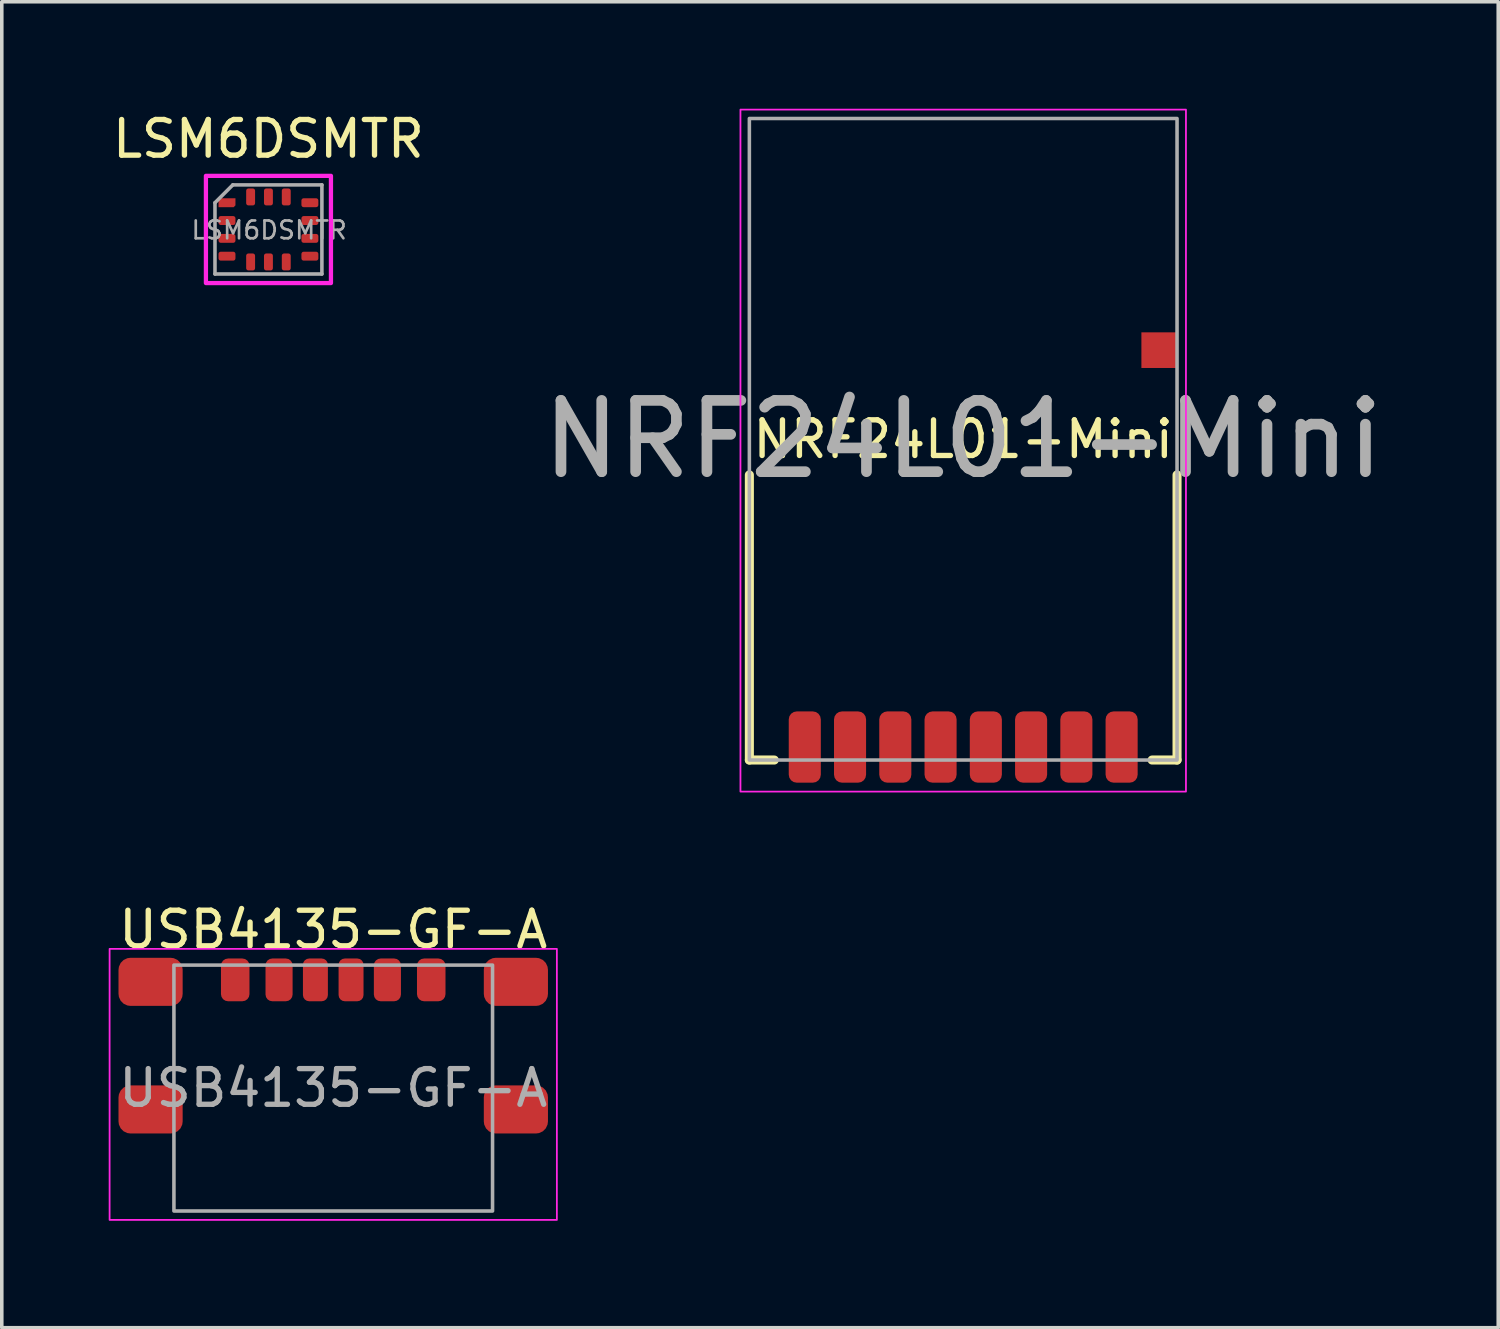
<source format=kicad_pcb>
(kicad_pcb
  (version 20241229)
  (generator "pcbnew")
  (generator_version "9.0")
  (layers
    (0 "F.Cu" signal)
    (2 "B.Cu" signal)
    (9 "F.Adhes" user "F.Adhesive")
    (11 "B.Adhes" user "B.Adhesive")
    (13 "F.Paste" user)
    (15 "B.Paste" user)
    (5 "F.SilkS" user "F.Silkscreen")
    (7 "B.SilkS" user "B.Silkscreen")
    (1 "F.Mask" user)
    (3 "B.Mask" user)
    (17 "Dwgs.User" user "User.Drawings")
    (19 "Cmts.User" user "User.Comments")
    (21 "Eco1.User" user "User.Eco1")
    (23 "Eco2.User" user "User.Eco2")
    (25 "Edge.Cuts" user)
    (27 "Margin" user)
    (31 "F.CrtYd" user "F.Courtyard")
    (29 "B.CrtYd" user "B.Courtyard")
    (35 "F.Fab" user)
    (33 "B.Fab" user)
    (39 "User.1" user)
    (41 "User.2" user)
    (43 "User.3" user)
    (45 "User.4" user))
  (footprint "USB4135-GF-A"
    (layer "F.Cu")
    (at 6.3 27.479)
    (property "Reference" "USB4135-GF-A" (at 0 -4.445 0) (unlocked yes) (layer "F.SilkS") (effects (font (size 1 1) (thickness 0.15))))
    (attr smd)
    (fp_rect (start -6.275 -3.905) (end 6.275 3.7) (stroke (width 0.05) (type solid)) (fill no) (layer "F.CrtYd"))
    (fp_rect (start -4.47 -3.45) (end 4.47 3.45) (stroke (width 0.1) (type solid)) (fill no) (layer "F.Fab"))
    (fp_text user "${REFERENCE}" (at 0 0 0) (unlocked yes) (layer "F.Fab") (effects (font (size 1 1) (thickness 0.15))))
    (pad "A5" smd roundrect (at -0.5 -3.035) (size 0.7 1.2) (layers "F.Cu" "F.Mask" "F.Paste") (roundrect_rratio 0.25))
    (pad "A9" smd roundrect (at 1.52 -3.035) (size 0.76 1.2) (layers "F.Cu" "F.Mask" "F.Paste") (roundrect_rratio 0.25))
    (pad "A12" smd roundrect (at 2.75 -3.035) (size 0.8 1.2) (layers "F.Cu" "F.Mask" "F.Paste") (roundrect_rratio 0.25))
    (pad "B5" smd roundrect (at 0.5 -3.035) (size 0.7 1.2) (layers "F.Cu" "F.Mask" "F.Paste") (roundrect_rratio 0.25))
    (pad "B9" smd roundrect (at -1.52 -3.035) (size 0.76 1.2) (layers "F.Cu" "F.Mask" "F.Paste") (roundrect_rratio 0.25))
    (pad "B12" smd roundrect (at -2.75 -3.035) (size 0.8 1.2) (layers "F.Cu" "F.Mask" "F.Paste") (roundrect_rratio 0.25))
    (pad "S1" smd roundrect (at -5.125 -2.98 90) (size 1.35 1.8) (layers "F.Cu" "F.Mask" "F.Paste") (roundrect_rratio 0.25))
    (pad "S2" smd roundrect (at -5.125 0.6 90) (size 1.35 1.8) (layers "F.Cu" "F.Mask" "F.Paste") (roundrect_rratio 0.25))
    (pad "S3" smd roundrect (at 5.125 0.6 90) (size 1.35 1.8) (layers "F.Cu" "F.Mask" "F.Paste") (roundrect_rratio 0.25))
    (pad "S4" smd roundrect (at 5.125 -2.98 90) (size 1.35 1.8) (layers "F.Cu" "F.Mask" "F.Paste") (roundrect_rratio 0.25)))
  (footprint "NRF24L01-Mini"
    (layer "F.Cu")
    (at 23.976 9.275)
    (property "Reference" "NRF24L01-Mini" (at 0 0 0) (unlocked yes) (layer "F.SilkS") (effects (font (size 1 1) (thickness 0.15))))
    (attr smd)
    (fp_line (start -6 1) (end -6 9) (stroke (width 0.254) (type solid)) (layer "F.SilkS"))
    (fp_line (start -5.3 9) (end -6 9) (stroke (width 0.254) (type solid)) (layer "F.SilkS"))
    (fp_line (start 6 1) (end 6 9) (stroke (width 0.254) (type solid)) (layer "F.SilkS"))
    (fp_line (start 6 9) (end 5.3 9) (stroke (width 0.254) (type solid)) (layer "F.SilkS"))
    (fp_rect (start -6.25 -9.25) (end 6.25 9.886) (stroke (width 0.05) (type solid)) (fill no) (layer "F.CrtYd"))
    (fp_rect (start -6 -9) (end 6 9) (stroke (width 0.1) (type solid)) (fill no) (layer "F.Fab"))
    (fp_text user "${REFERENCE}" (at 0 0 0) (unlocked yes) (layer "F.Fab") (effects (font (size 2 2) (thickness 0.3))))
    (pad "1" smd roundrect (at -4.445 8.636) (size 0.9 2) (layers "F.Cu" "F.Mask" "F.Paste") (roundrect_rratio 0.25))
    (pad "2" smd roundrect (at -3.175 8.636) (size 0.9 2) (layers "F.Cu" "F.Mask" "F.Paste") (roundrect_rratio 0.25))
    (pad "3" smd roundrect (at -1.905 8.636) (size 0.9 2) (layers "F.Cu" "F.Mask" "F.Paste") (roundrect_rratio 0.25))
    (pad "4" smd roundrect (at -0.635 8.636) (size 0.9 2) (layers "F.Cu" "F.Mask" "F.Paste") (roundrect_rratio 0.25))
    (pad "5" smd roundrect (at 0.635 8.636) (size 0.9 2) (layers "F.Cu" "F.Mask" "F.Paste") (roundrect_rratio 0.25))
    (pad "6" smd roundrect (at 1.905 8.636) (size 0.9 2) (layers "F.Cu" "F.Mask" "F.Paste") (roundrect_rratio 0.25))
    (pad "7" smd roundrect (at 3.175 8.636) (size 0.9 2) (layers "F.Cu" "F.Mask" "F.Paste") (roundrect_rratio 0.25))
    (pad "8" smd roundrect (at 4.445 8.636) (size 0.9 2) (layers "F.Cu" "F.Mask" "F.Paste") (roundrect_rratio 0.25))
    (pad "9" smd rect (at 5.5 -2.5) (size 1 1) (layers "F.Cu" "F.Mask" "F.Paste")))
  (footprint "LSM6DSMTR"
    (layer "F.Cu")
    (at 4.482 3.388)
    (property "Reference" "LSM6DSMTR" (at 0 -2.54 0) (unlocked yes) (layer "F.SilkS") (effects (font (size 1 1) (thickness 0.15))))
    (attr smd)
    (fp_rect (start -1.754 -1.504) (end 1.754 1.504) (stroke (width 0.12) (type solid)) (fill no) (layer "F.CrtYd"))
    (fp_line (start -1.5 -0.75) (end -1 -1.25) (stroke (width 0.1) (type solid)) (layer "F.Fab"))
    (fp_line (start -1.5 1.25) (end -1.5 -0.75) (stroke (width 0.1) (type solid)) (layer "F.Fab"))
    (fp_line (start -1 -1.25) (end 1.5 -1.25) (stroke (width 0.1) (type solid)) (layer "F.Fab"))
    (fp_line (start 1.5 -1.25) (end 1.5 1.25) (stroke (width 0.1) (type solid)) (layer "F.Fab"))
    (fp_line (start 1.5 1.25) (end -1.5 1.25) (stroke (width 0.1) (type solid)) (layer "F.Fab"))
    (fp_text user "${REFERENCE}" (at 0.02 0.02 0) (unlocked yes) (layer "F.Fab") (effects (font (size 0.5 0.5) (thickness 0.075))))
    (pad "1" smd roundrect (at -1.163 -0.75 180) (size 0.475 0.25) (layers "F.Cu" "F.Mask" "F.Paste") (roundrect_rratio 0) (chamfer_ratio 0.2) (chamfer top_left))
    (pad "2" smd roundrect (at -1.163 -0.25) (size 0.475 0.25) (layers "F.Cu" "F.Mask" "F.Paste") (roundrect_rratio 0.25))
    (pad "3" smd roundrect (at -1.163 0.25) (size 0.475 0.25) (layers "F.Cu" "F.Mask" "F.Paste") (roundrect_rratio 0.25))
    (pad "4" smd roundrect (at -1.163 0.75) (size 0.475 0.25) (layers "F.Cu" "F.Mask" "F.Paste") (roundrect_rratio 0.25))
    (pad "5" smd roundrect (at -0.5 0.912 90) (size 0.475 0.25) (layers "F.Cu" "F.Mask" "F.Paste") (roundrect_rratio 0.25))
    (pad "6" smd roundrect (at 0 0.912 90) (size 0.475 0.25) (layers "F.Cu" "F.Mask" "F.Paste") (roundrect_rratio 0.25))
    (pad "7" smd roundrect (at 0.5 0.912 90) (size 0.475 0.25) (layers "F.Cu" "F.Mask" "F.Paste") (roundrect_rratio 0.25))
    (pad "8" smd roundrect (at 1.163 0.75) (size 0.475 0.25) (layers "F.Cu" "F.Mask" "F.Paste") (roundrect_rratio 0.25))
    (pad "9" smd roundrect (at 1.163 0.25) (size 0.475 0.25) (layers "F.Cu" "F.Mask" "F.Paste") (roundrect_rratio 0.25))
    (pad "10" smd roundrect (at 1.163 -0.25) (size 0.475 0.25) (layers "F.Cu" "F.Mask" "F.Paste") (roundrect_rratio 0.25))
    (pad "11" smd roundrect (at 1.163 -0.75) (size 0.475 0.25) (layers "F.Cu" "F.Mask" "F.Paste") (roundrect_rratio 0.25))
    (pad "12" smd roundrect (at 0.5 -0.912 90) (size 0.475 0.25) (layers "F.Cu" "F.Mask" "F.Paste") (roundrect_rratio 0.25))
    (pad "13" smd roundrect (at 0 -0.912 90) (size 0.475 0.25) (layers "F.Cu" "F.Mask" "F.Paste") (roundrect_rratio 0.25))
    (pad "14" smd roundrect (at -0.5 -0.912 90) (size 0.475 0.25) (layers "F.Cu" "F.Mask" "F.Paste") (roundrect_rratio 0.25)))
  (gr_rect
    (start -3 -3)
    (end 38.988 34.204)
    (stroke (width 0.1) (type default))
    (fill no)
    (layer "Edge.Cuts")))
</source>
